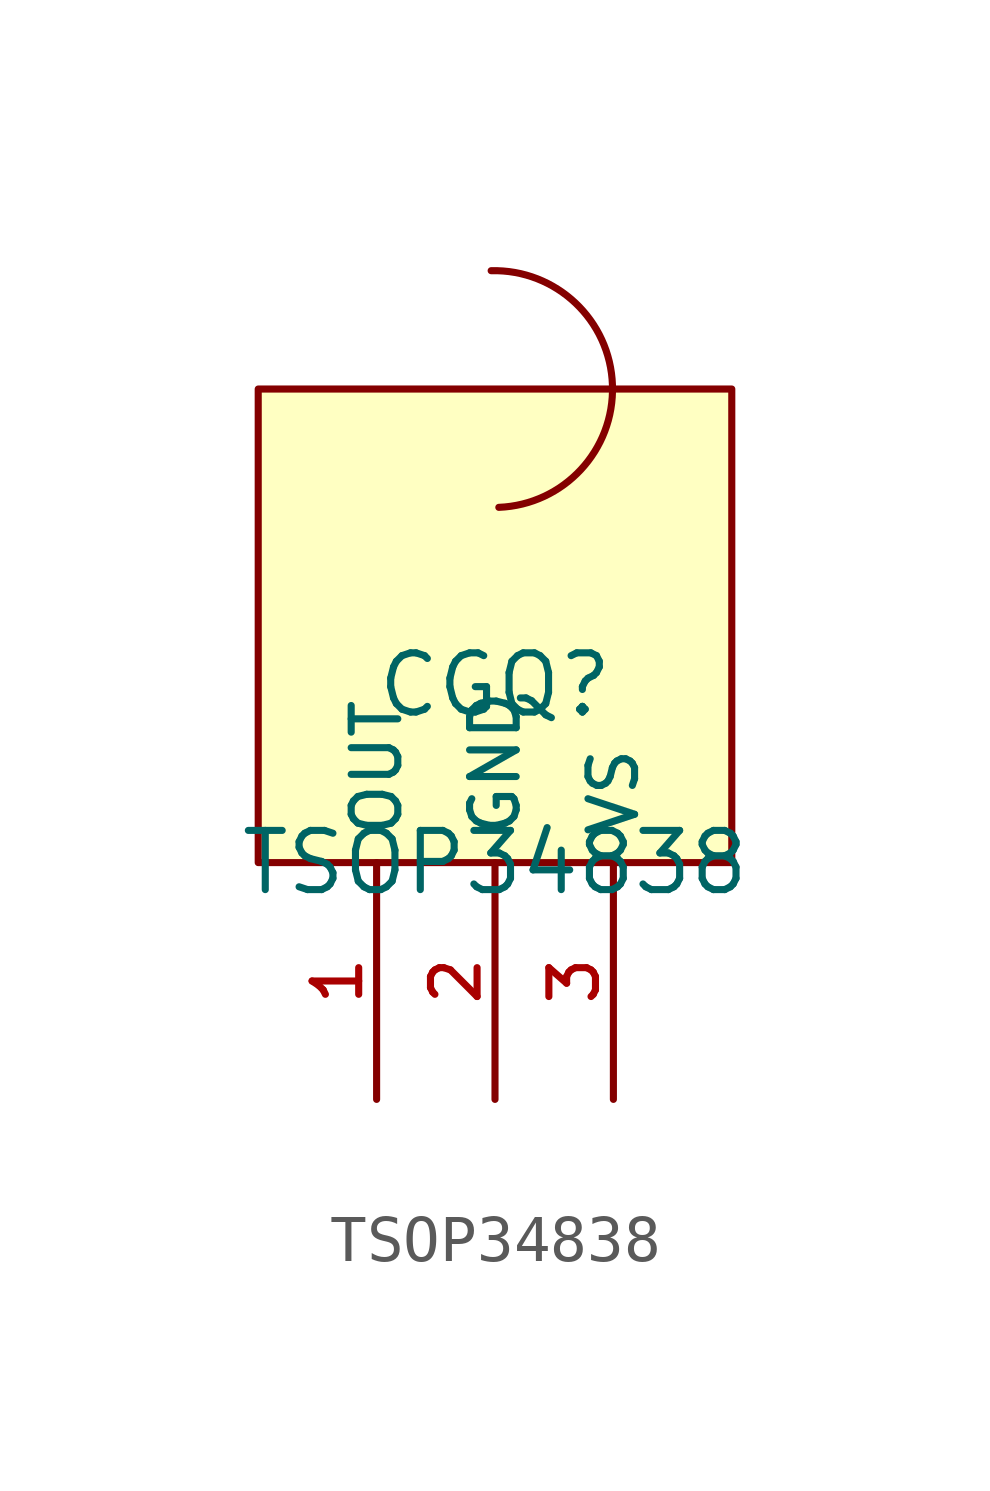
<source format=kicad_sym>
(kicad_symbol_lib
  (version 20210201)
  (generator TousstNicolas/JLC2KiCad_lib)
  (symbol "TSOP34838"
    (property "Reference" "CGQ"
      (at 0 1.27 0)
      (effects (font (size 1.27 1.27))))
    (property "Value" "TSOP34838"
      (at 0 -2.54 0)
      (effects (font (size 1.27 1.27))))
    (symbol "TSOP34838_0_1"
      (rectangle (start -5.08 7.62) (end 5.08 -2.54) (stroke (width 0) (type default) (color 0 0 0 0)) (fill (type background)))
      (pin unspecified line (at -2.54 -7.62 90) (length 5.08) (name "OUT" (effects (font (size 1 1)))) (number "1" (effects (font (size 1 1)))))
      (pin unspecified line (at 0.0 -7.62 90) (length 5.08) (name "GND" (effects (font (size 1 1)))) (number "2" (effects (font (size 1 1)))))
      (pin unspecified line (at 2.54 -7.62 90) (length 5.08) (name "VS" (effects (font (size 1 1)))) (number "3" (effects (font (size 1 1)))))
      (arc (start 0.08221253763385154 5.081340998397021) (mid 2.53867424163346 7.702227777664332) (end -0.08221253763385154 10.158689481663941) (stroke (width 0) (type default) (color 0 0 0 0)) (fill (type none))))))
</source>
